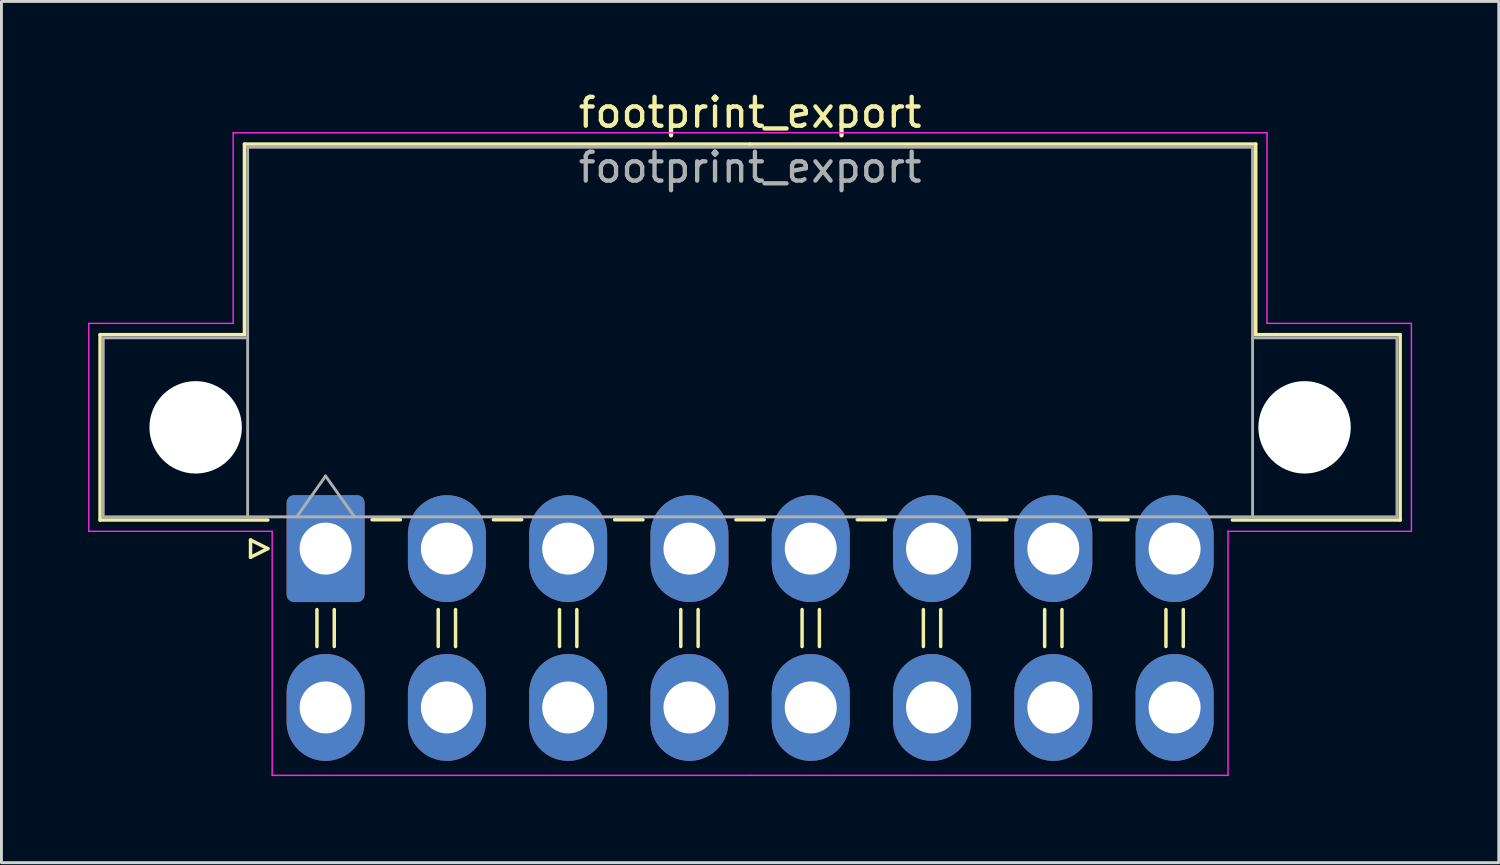
<source format=kicad_pcb>
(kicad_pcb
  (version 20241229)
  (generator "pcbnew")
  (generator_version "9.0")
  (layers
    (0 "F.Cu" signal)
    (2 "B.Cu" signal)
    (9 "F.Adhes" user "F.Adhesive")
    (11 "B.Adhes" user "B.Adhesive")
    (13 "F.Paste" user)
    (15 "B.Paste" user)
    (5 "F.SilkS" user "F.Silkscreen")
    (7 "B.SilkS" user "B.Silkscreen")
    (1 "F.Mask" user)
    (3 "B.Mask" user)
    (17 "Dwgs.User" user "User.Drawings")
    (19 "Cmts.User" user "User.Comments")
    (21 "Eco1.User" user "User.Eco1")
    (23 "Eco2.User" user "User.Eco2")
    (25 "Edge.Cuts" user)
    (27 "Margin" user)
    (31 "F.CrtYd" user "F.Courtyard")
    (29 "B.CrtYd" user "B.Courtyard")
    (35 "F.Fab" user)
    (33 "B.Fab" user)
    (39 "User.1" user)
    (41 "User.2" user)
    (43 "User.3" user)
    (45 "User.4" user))
  (footprint "footprint_export"
    (layer "F.Cu")
    (at 8.225 15.948)
    (property "Reference" "footprint_export" (at 14.7 -15.1 0) (layer "F.SilkS") (effects (font (size 1 1) (thickness 0.15))))
    (attr through_hole)
    (fp_line (start -7.81 -7.41) (end -7.81 -0.99) (stroke (width 0.12) (type solid)) (layer "F.SilkS"))
    (fp_line (start -7.81 -0.99) (end -2 -0.99) (stroke (width 0.12) (type solid)) (layer "F.SilkS"))
    (fp_line (start -2.81 -14.01) (end -2.81 -7.41) (stroke (width 0.12) (type solid)) (layer "F.SilkS"))
    (fp_line (start -2.81 -7.41) (end -7.81 -7.41) (stroke (width 0.12) (type solid)) (layer "F.SilkS"))
    (fp_line (start -2.6 -0.3) (end -2 0) (stroke (width 0.12) (type solid)) (layer "F.SilkS"))
    (fp_line (start -2.6 0.3) (end -2.6 -0.3) (stroke (width 0.12) (type solid)) (layer "F.SilkS"))
    (fp_line (start -2 0) (end -2.6 0.3) (stroke (width 0.12) (type solid)) (layer "F.SilkS"))
    (fp_line (start -0.3 2.11) (end -0.3 3.39) (stroke (width 0.12) (type solid)) (layer "F.SilkS"))
    (fp_line (start 0.3 2.11) (end 0.3 3.39) (stroke (width 0.12) (type solid)) (layer "F.SilkS"))
    (fp_line (start 1.61 -1) (end 2.59 -1) (stroke (width 0.12) (type solid)) (layer "F.SilkS"))
    (fp_line (start 3.9 2.11) (end 3.9 3.39) (stroke (width 0.12) (type solid)) (layer "F.SilkS"))
    (fp_line (start 4.5 2.11) (end 4.5 3.39) (stroke (width 0.12) (type solid)) (layer "F.SilkS"))
    (fp_line (start 5.81 -1) (end 6.79 -1) (stroke (width 0.12) (type solid)) (layer "F.SilkS"))
    (fp_line (start 8.1 2.11) (end 8.1 3.39) (stroke (width 0.12) (type solid)) (layer "F.SilkS"))
    (fp_line (start 8.7 2.11) (end 8.7 3.39) (stroke (width 0.12) (type solid)) (layer "F.SilkS"))
    (fp_line (start 10.01 -1) (end 10.99 -1) (stroke (width 0.12) (type solid)) (layer "F.SilkS"))
    (fp_line (start 12.3 2.11) (end 12.3 3.39) (stroke (width 0.12) (type solid)) (layer "F.SilkS"))
    (fp_line (start 12.9 2.11) (end 12.9 3.39) (stroke (width 0.12) (type solid)) (layer "F.SilkS"))
    (fp_line (start 14.21 -1) (end 15.19 -1) (stroke (width 0.12) (type solid)) (layer "F.SilkS"))
    (fp_line (start 14.7 -14.01) (end -2.81 -14.01) (stroke (width 0.12) (type solid)) (layer "F.SilkS"))
    (fp_line (start 14.7 -14.01) (end 32.21 -14.01) (stroke (width 0.12) (type solid)) (layer "F.SilkS"))
    (fp_line (start 16.5 2.11) (end 16.5 3.39) (stroke (width 0.12) (type solid)) (layer "F.SilkS"))
    (fp_line (start 17.1 2.11) (end 17.1 3.39) (stroke (width 0.12) (type solid)) (layer "F.SilkS"))
    (fp_line (start 18.41 -1) (end 19.39 -1) (stroke (width 0.12) (type solid)) (layer "F.SilkS"))
    (fp_line (start 20.7 2.11) (end 20.7 3.39) (stroke (width 0.12) (type solid)) (layer "F.SilkS"))
    (fp_line (start 21.3 2.11) (end 21.3 3.39) (stroke (width 0.12) (type solid)) (layer "F.SilkS"))
    (fp_line (start 22.61 -1) (end 23.59 -1) (stroke (width 0.12) (type solid)) (layer "F.SilkS"))
    (fp_line (start 24.9 2.11) (end 24.9 3.39) (stroke (width 0.12) (type solid)) (layer "F.SilkS"))
    (fp_line (start 25.5 2.11) (end 25.5 3.39) (stroke (width 0.12) (type solid)) (layer "F.SilkS"))
    (fp_line (start 26.81 -1) (end 27.79 -1) (stroke (width 0.12) (type solid)) (layer "F.SilkS"))
    (fp_line (start 29.1 2.11) (end 29.1 3.39) (stroke (width 0.12) (type solid)) (layer "F.SilkS"))
    (fp_line (start 29.7 2.11) (end 29.7 3.39) (stroke (width 0.12) (type solid)) (layer "F.SilkS"))
    (fp_line (start 32.21 -14.01) (end 32.21 -7.41) (stroke (width 0.12) (type solid)) (layer "F.SilkS"))
    (fp_line (start 32.21 -7.41) (end 37.21 -7.41) (stroke (width 0.12) (type solid)) (layer "F.SilkS"))
    (fp_line (start 37.21 -7.41) (end 37.21 -0.99) (stroke (width 0.12) (type solid)) (layer "F.SilkS"))
    (fp_line (start 37.21 -0.99) (end 31.4 -0.99) (stroke (width 0.12) (type solid)) (layer "F.SilkS"))
    (fp_line (start -8.2 -7.8) (end -8.2 -0.6) (stroke (width 0.05) (type solid)) (layer "F.CrtYd"))
    (fp_line (start -8.2 -0.6) (end -1.85 -0.6) (stroke (width 0.05) (type solid)) (layer "F.CrtYd"))
    (fp_line (start -3.2 -14.4) (end -3.2 -7.8) (stroke (width 0.05) (type solid)) (layer "F.CrtYd"))
    (fp_line (start -3.2 -7.8) (end -8.2 -7.8) (stroke (width 0.05) (type solid)) (layer "F.CrtYd"))
    (fp_line (start -1.85 -0.6) (end -1.85 7.85) (stroke (width 0.05) (type solid)) (layer "F.CrtYd"))
    (fp_line (start -1.85 7.85) (end 14.7 7.85) (stroke (width 0.05) (type solid)) (layer "F.CrtYd"))
    (fp_line (start 14.7 -14.4) (end -3.2 -14.4) (stroke (width 0.05) (type solid)) (layer "F.CrtYd"))
    (fp_line (start 14.7 -14.4) (end 32.6 -14.4) (stroke (width 0.05) (type solid)) (layer "F.CrtYd"))
    (fp_line (start 31.25 -0.6) (end 31.25 7.85) (stroke (width 0.05) (type solid)) (layer "F.CrtYd"))
    (fp_line (start 31.25 7.85) (end 14.7 7.85) (stroke (width 0.05) (type solid)) (layer "F.CrtYd"))
    (fp_line (start 32.6 -14.4) (end 32.6 -7.8) (stroke (width 0.05) (type solid)) (layer "F.CrtYd"))
    (fp_line (start 32.6 -7.8) (end 37.6 -7.8) (stroke (width 0.05) (type solid)) (layer "F.CrtYd"))
    (fp_line (start 37.6 -7.8) (end 37.6 -0.6) (stroke (width 0.05) (type solid)) (layer "F.CrtYd"))
    (fp_line (start 37.6 -0.6) (end 31.25 -0.6) (stroke (width 0.05) (type solid)) (layer "F.CrtYd"))
    (fp_line (start -7.7 -7.3) (end -7.7 -1.1) (stroke (width 0.1) (type solid)) (layer "F.Fab"))
    (fp_line (start -7.7 -1.1) (end -2.7 -1.1) (stroke (width 0.1) (type solid)) (layer "F.Fab"))
    (fp_line (start -2.7 -13.9) (end -2.7 -1.1) (stroke (width 0.1) (type solid)) (layer "F.Fab"))
    (fp_line (start -2.7 -7.3) (end -7.7 -7.3) (stroke (width 0.1) (type solid)) (layer "F.Fab"))
    (fp_line (start -2.7 -1.1) (end 32.1 -1.1) (stroke (width 0.1) (type solid)) (layer "F.Fab"))
    (fp_line (start -1 -1.1) (end 0 -2.514) (stroke (width 0.1) (type solid)) (layer "F.Fab"))
    (fp_line (start 0 -2.514) (end 1 -1.1) (stroke (width 0.1) (type solid)) (layer "F.Fab"))
    (fp_line (start 32.1 -13.9) (end -2.7 -13.9) (stroke (width 0.1) (type solid)) (layer "F.Fab"))
    (fp_line (start 32.1 -7.3) (end 37.1 -7.3) (stroke (width 0.1) (type solid)) (layer "F.Fab"))
    (fp_line (start 32.1 -1.1) (end 32.1 -13.9) (stroke (width 0.1) (type solid)) (layer "F.Fab"))
    (fp_line (start 37.1 -7.3) (end 37.1 -1.1) (stroke (width 0.1) (type solid)) (layer "F.Fab"))
    (fp_line (start 37.1 -1.1) (end 32.1 -1.1) (stroke (width 0.1) (type solid)) (layer "F.Fab"))
    (fp_text user "${REFERENCE}" (at 14.7 -13.2 0) (layer "F.Fab") (effects (font (size 1 1) (thickness 0.15))))
    (pad "" np_thru_hole circle (at -4.5 -4.2) (size 3.2 3.2) (drill 3.2) (layers "*.Cu" "*.Mask"))
    (pad "" np_thru_hole circle (at 33.9 -4.2) (size 3.2 3.2) (drill 3.2) (layers "*.Cu" "*.Mask"))
    (pad "1" thru_hole roundrect (at 0 0) (size 2.7 3.7) (drill 1.8) (layers "*.Cu" "*.Mask") (roundrect_rratio 0.093))
    (pad "2" thru_hole oval (at 4.2 0) (size 2.7 3.7) (drill 1.8) (layers "*.Cu" "*.Mask"))
    (pad "3" thru_hole oval (at 8.4 0) (size 2.7 3.7) (drill 1.8) (layers "*.Cu" "*.Mask"))
    (pad "4" thru_hole oval (at 12.6 0) (size 2.7 3.7) (drill 1.8) (layers "*.Cu" "*.Mask"))
    (pad "5" thru_hole oval (at 16.8 0) (size 2.7 3.7) (drill 1.8) (layers "*.Cu" "*.Mask"))
    (pad "6" thru_hole oval (at 21 0) (size 2.7 3.7) (drill 1.8) (layers "*.Cu" "*.Mask"))
    (pad "7" thru_hole oval (at 25.2 0) (size 2.7 3.7) (drill 1.8) (layers "*.Cu" "*.Mask"))
    (pad "8" thru_hole oval (at 29.4 0) (size 2.7 3.7) (drill 1.8) (layers "*.Cu" "*.Mask"))
    (pad "9" thru_hole oval (at 0 5.5) (size 2.7 3.7) (drill 1.8) (layers "*.Cu" "*.Mask"))
    (pad "10" thru_hole oval (at 4.2 5.5) (size 2.7 3.7) (drill 1.8) (layers "*.Cu" "*.Mask"))
    (pad "11" thru_hole oval (at 8.4 5.5) (size 2.7 3.7) (drill 1.8) (layers "*.Cu" "*.Mask"))
    (pad "12" thru_hole oval (at 12.6 5.5) (size 2.7 3.7) (drill 1.8) (layers "*.Cu" "*.Mask"))
    (pad "13" thru_hole oval (at 16.8 5.5) (size 2.7 3.7) (drill 1.8) (layers "*.Cu" "*.Mask"))
    (pad "14" thru_hole oval (at 21 5.5) (size 2.7 3.7) (drill 1.8) (layers "*.Cu" "*.Mask"))
    (pad "15" thru_hole oval (at 25.2 5.5) (size 2.7 3.7) (drill 1.8) (layers "*.Cu" "*.Mask"))
    (pad "16" thru_hole oval (at 29.4 5.5) (size 2.7 3.7) (drill 1.8) (layers "*.Cu" "*.Mask")))
  (gr_rect
    (start -3 -3)
    (end 48.85 26.823)
    (stroke (width 0.1) (type default))
    (fill no)
    (layer "Edge.Cuts")))
</source>
